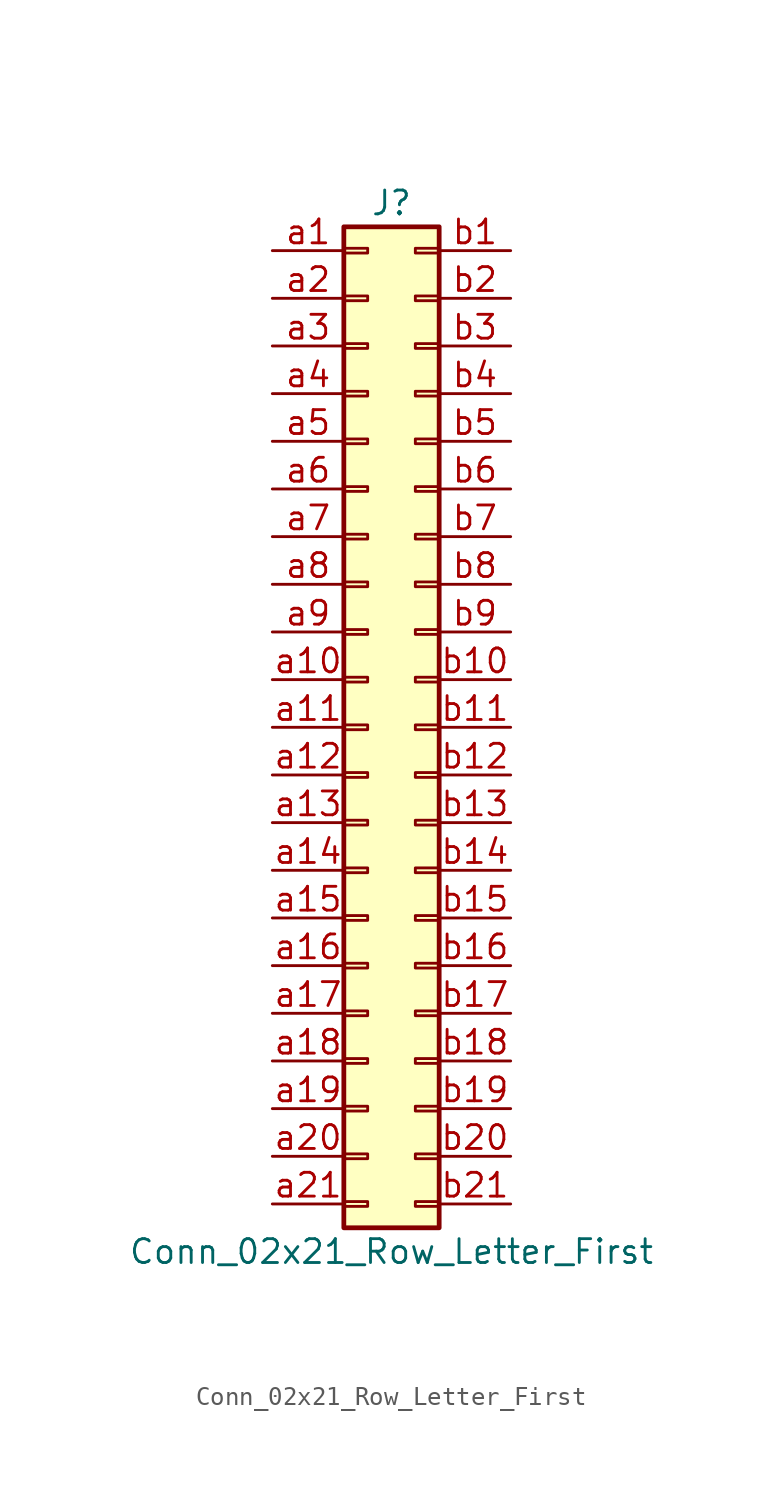
<source format=kicad_sym>
(kicad_symbol_lib
  (version 20220914)
  (generator kicad_symbol_editor)
  (symbol "Conn_02x21_Row_Letter_First"
    (pin_names
      (offset 1.016) hide)
    (property "Reference" "J"
      (at 1.27 27.94 0)
      (effects (font (size 1.27 1.27))))
    (property "Value" "Conn_02x21_Row_Letter_First"
      (at 1.27 -27.94 0)
      (effects (font (size 1.27 1.27))))
    (symbol "Conn_02x21_Row_Letter_First_1_1"
      (rectangle (start -1.27 -25.273) (end 0 -25.527) (stroke (width 0.152) (type solid)) (fill (type none)))
      (rectangle (start -1.27 -22.733) (end 0 -22.987) (stroke (width 0.152) (type solid)) (fill (type none)))
      (rectangle (start -1.27 -20.193) (end 0 -20.447) (stroke (width 0.152) (type solid)) (fill (type none)))
      (rectangle (start -1.27 -17.653) (end 0 -17.907) (stroke (width 0.152) (type solid)) (fill (type none)))
      (rectangle (start -1.27 -15.113) (end 0 -15.367) (stroke (width 0.152) (type solid)) (fill (type none)))
      (rectangle (start -1.27 -12.573) (end 0 -12.827) (stroke (width 0.152) (type solid)) (fill (type none)))
      (rectangle (start -1.27 -10.033) (end 0 -10.287) (stroke (width 0.152) (type solid)) (fill (type none)))
      (rectangle (start -1.27 -7.493) (end 0 -7.747) (stroke (width 0.152) (type solid)) (fill (type none)))
      (rectangle (start -1.27 -4.953) (end 0 -5.207) (stroke (width 0.152) (type solid)) (fill (type none)))
      (rectangle (start -1.27 -2.413) (end 0 -2.667) (stroke (width 0.152) (type solid)) (fill (type none)))
      (rectangle (start -1.27 0.127) (end 0 -0.127) (stroke (width 0.152) (type solid)) (fill (type none)))
      (rectangle (start -1.27 2.667) (end 0 2.413) (stroke (width 0.152) (type solid)) (fill (type none)))
      (rectangle (start -1.27 5.207) (end 0 4.953) (stroke (width 0.152) (type solid)) (fill (type none)))
      (rectangle (start -1.27 7.747) (end 0 7.493) (stroke (width 0.152) (type solid)) (fill (type none)))
      (rectangle (start -1.27 10.287) (end 0 10.033) (stroke (width 0.152) (type solid)) (fill (type none)))
      (rectangle (start -1.27 12.827) (end 0 12.573) (stroke (width 0.152) (type solid)) (fill (type none)))
      (rectangle (start -1.27 15.367) (end 0 15.113) (stroke (width 0.152) (type solid)) (fill (type none)))
      (rectangle (start -1.27 17.907) (end 0 17.653) (stroke (width 0.152) (type solid)) (fill (type none)))
      (rectangle (start -1.27 20.447) (end 0 20.193) (stroke (width 0.152) (type solid)) (fill (type none)))
      (rectangle (start -1.27 22.987) (end 0 22.733) (stroke (width 0.152) (type solid)) (fill (type none)))
      (rectangle (start -1.27 25.527) (end 0 25.273) (stroke (width 0.152) (type solid)) (fill (type none)))
      (rectangle (start -1.27 26.67) (end 3.81 -26.67) (stroke (width 0.254) (type solid)) (fill (type background)))
      (rectangle (start 3.81 -25.273) (end 2.54 -25.527) (stroke (width 0.152) (type solid)) (fill (type none)))
      (rectangle (start 3.81 -22.733) (end 2.54 -22.987) (stroke (width 0.152) (type solid)) (fill (type none)))
      (rectangle (start 3.81 -20.193) (end 2.54 -20.447) (stroke (width 0.152) (type solid)) (fill (type none)))
      (rectangle (start 3.81 -17.653) (end 2.54 -17.907) (stroke (width 0.152) (type solid)) (fill (type none)))
      (rectangle (start 3.81 -15.113) (end 2.54 -15.367) (stroke (width 0.152) (type solid)) (fill (type none)))
      (rectangle (start 3.81 -12.573) (end 2.54 -12.827) (stroke (width 0.152) (type solid)) (fill (type none)))
      (rectangle (start 3.81 -10.033) (end 2.54 -10.287) (stroke (width 0.152) (type solid)) (fill (type none)))
      (rectangle (start 3.81 -7.493) (end 2.54 -7.747) (stroke (width 0.152) (type solid)) (fill (type none)))
      (rectangle (start 3.81 -4.953) (end 2.54 -5.207) (stroke (width 0.152) (type solid)) (fill (type none)))
      (rectangle (start 3.81 -2.413) (end 2.54 -2.667) (stroke (width 0.152) (type solid)) (fill (type none)))
      (rectangle (start 3.81 0.127) (end 2.54 -0.127) (stroke (width 0.152) (type solid)) (fill (type none)))
      (rectangle (start 3.81 2.667) (end 2.54 2.413) (stroke (width 0.152) (type solid)) (fill (type none)))
      (rectangle (start 3.81 5.207) (end 2.54 4.953) (stroke (width 0.152) (type solid)) (fill (type none)))
      (rectangle (start 3.81 7.747) (end 2.54 7.493) (stroke (width 0.152) (type solid)) (fill (type none)))
      (rectangle (start 3.81 10.287) (end 2.54 10.033) (stroke (width 0.152) (type solid)) (fill (type none)))
      (rectangle (start 3.81 12.827) (end 2.54 12.573) (stroke (width 0.152) (type solid)) (fill (type none)))
      (rectangle (start 3.81 15.367) (end 2.54 15.113) (stroke (width 0.152) (type solid)) (fill (type none)))
      (rectangle (start 3.81 17.907) (end 2.54 17.653) (stroke (width 0.152) (type solid)) (fill (type none)))
      (rectangle (start 3.81 20.447) (end 2.54 20.193) (stroke (width 0.152) (type solid)) (fill (type none)))
      (rectangle (start 3.81 22.987) (end 2.54 22.733) (stroke (width 0.152) (type solid)) (fill (type none)))
      (rectangle (start 3.81 25.527) (end 2.54 25.273) (stroke (width 0.152) (type solid)) (fill (type none)))
      (pin passive line (at -5.08 25.4 0) (length 3.81) (name "Pin_a1" (effects (font (size 1.27 1.27)))) (number "a1" (effects (font (size 1.27 1.27)))))
      (pin passive line (at -5.08 2.54 0) (length 3.81) (name "Pin_a10" (effects (font (size 1.27 1.27)))) (number "a10" (effects (font (size 1.27 1.27)))))
      (pin passive line (at -5.08 0 0) (length 3.81) (name "Pin_a11" (effects (font (size 1.27 1.27)))) (number "a11" (effects (font (size 1.27 1.27)))))
      (pin passive line (at -5.08 -2.54 0) (length 3.81) (name "Pin_a12" (effects (font (size 1.27 1.27)))) (number "a12" (effects (font (size 1.27 1.27)))))
      (pin passive line (at -5.08 -5.08 0) (length 3.81) (name "Pin_a13" (effects (font (size 1.27 1.27)))) (number "a13" (effects (font (size 1.27 1.27)))))
      (pin passive line (at -5.08 -7.62 0) (length 3.81) (name "Pin_a14" (effects (font (size 1.27 1.27)))) (number "a14" (effects (font (size 1.27 1.27)))))
      (pin passive line (at -5.08 -10.16 0) (length 3.81) (name "Pin_a15" (effects (font (size 1.27 1.27)))) (number "a15" (effects (font (size 1.27 1.27)))))
      (pin passive line (at -5.08 -12.7 0) (length 3.81) (name "Pin_a16" (effects (font (size 1.27 1.27)))) (number "a16" (effects (font (size 1.27 1.27)))))
      (pin passive line (at -5.08 -15.24 0) (length 3.81) (name "Pin_a17" (effects (font (size 1.27 1.27)))) (number "a17" (effects (font (size 1.27 1.27)))))
      (pin passive line (at -5.08 -17.78 0) (length 3.81) (name "Pin_a18" (effects (font (size 1.27 1.27)))) (number "a18" (effects (font (size 1.27 1.27)))))
      (pin passive line (at -5.08 -20.32 0) (length 3.81) (name "Pin_a19" (effects (font (size 1.27 1.27)))) (number "a19" (effects (font (size 1.27 1.27)))))
      (pin passive line (at -5.08 22.86 0) (length 3.81) (name "Pin_a2" (effects (font (size 1.27 1.27)))) (number "a2" (effects (font (size 1.27 1.27)))))
      (pin passive line (at -5.08 -22.86 0) (length 3.81) (name "Pin_a20" (effects (font (size 1.27 1.27)))) (number "a20" (effects (font (size 1.27 1.27)))))
      (pin passive line (at -5.08 -25.4 0) (length 3.81) (name "Pin_a21" (effects (font (size 1.27 1.27)))) (number "a21" (effects (font (size 1.27 1.27)))))
      (pin passive line (at -5.08 20.32 0) (length 3.81) (name "Pin_a3" (effects (font (size 1.27 1.27)))) (number "a3" (effects (font (size 1.27 1.27)))))
      (pin passive line (at -5.08 17.78 0) (length 3.81) (name "Pin_a4" (effects (font (size 1.27 1.27)))) (number "a4" (effects (font (size 1.27 1.27)))))
      (pin passive line (at -5.08 15.24 0) (length 3.81) (name "Pin_a5" (effects (font (size 1.27 1.27)))) (number "a5" (effects (font (size 1.27 1.27)))))
      (pin passive line (at -5.08 12.7 0) (length 3.81) (name "Pin_a6" (effects (font (size 1.27 1.27)))) (number "a6" (effects (font (size 1.27 1.27)))))
      (pin passive line (at -5.08 10.16 0) (length 3.81) (name "Pin_a7" (effects (font (size 1.27 1.27)))) (number "a7" (effects (font (size 1.27 1.27)))))
      (pin passive line (at -5.08 7.62 0) (length 3.81) (name "Pin_a8" (effects (font (size 1.27 1.27)))) (number "a8" (effects (font (size 1.27 1.27)))))
      (pin passive line (at -5.08 5.08 0) (length 3.81) (name "Pin_a9" (effects (font (size 1.27 1.27)))) (number "a9" (effects (font (size 1.27 1.27)))))
      (pin passive line (at 7.62 25.4 180) (length 3.81) (name "Pin_b1" (effects (font (size 1.27 1.27)))) (number "b1" (effects (font (size 1.27 1.27)))))
      (pin passive line (at 7.62 2.54 180) (length 3.81) (name "Pin_b10" (effects (font (size 1.27 1.27)))) (number "b10" (effects (font (size 1.27 1.27)))))
      (pin passive line (at 7.62 0 180) (length 3.81) (name "Pin_b11" (effects (font (size 1.27 1.27)))) (number "b11" (effects (font (size 1.27 1.27)))))
      (pin passive line (at 7.62 -2.54 180) (length 3.81) (name "Pin_b12" (effects (font (size 1.27 1.27)))) (number "b12" (effects (font (size 1.27 1.27)))))
      (pin passive line (at 7.62 -5.08 180) (length 3.81) (name "Pin_b13" (effects (font (size 1.27 1.27)))) (number "b13" (effects (font (size 1.27 1.27)))))
      (pin passive line (at 7.62 -7.62 180) (length 3.81) (name "Pin_b14" (effects (font (size 1.27 1.27)))) (number "b14" (effects (font (size 1.27 1.27)))))
      (pin passive line (at 7.62 -10.16 180) (length 3.81) (name "Pin_b15" (effects (font (size 1.27 1.27)))) (number "b15" (effects (font (size 1.27 1.27)))))
      (pin passive line (at 7.62 -12.7 180) (length 3.81) (name "Pin_b16" (effects (font (size 1.27 1.27)))) (number "b16" (effects (font (size 1.27 1.27)))))
      (pin passive line (at 7.62 -15.24 180) (length 3.81) (name "Pin_b17" (effects (font (size 1.27 1.27)))) (number "b17" (effects (font (size 1.27 1.27)))))
      (pin passive line (at 7.62 -17.78 180) (length 3.81) (name "Pin_b18" (effects (font (size 1.27 1.27)))) (number "b18" (effects (font (size 1.27 1.27)))))
      (pin passive line (at 7.62 -20.32 180) (length 3.81) (name "Pin_b19" (effects (font (size 1.27 1.27)))) (number "b19" (effects (font (size 1.27 1.27)))))
      (pin passive line (at 7.62 22.86 180) (length 3.81) (name "Pin_b2" (effects (font (size 1.27 1.27)))) (number "b2" (effects (font (size 1.27 1.27)))))
      (pin passive line (at 7.62 -22.86 180) (length 3.81) (name "Pin_b20" (effects (font (size 1.27 1.27)))) (number "b20" (effects (font (size 1.27 1.27)))))
      (pin passive line (at 7.62 -25.4 180) (length 3.81) (name "Pin_b21" (effects (font (size 1.27 1.27)))) (number "b21" (effects (font (size 1.27 1.27)))))
      (pin passive line (at 7.62 20.32 180) (length 3.81) (name "Pin_b3" (effects (font (size 1.27 1.27)))) (number "b3" (effects (font (size 1.27 1.27)))))
      (pin passive line (at 7.62 17.78 180) (length 3.81) (name "Pin_b4" (effects (font (size 1.27 1.27)))) (number "b4" (effects (font (size 1.27 1.27)))))
      (pin passive line (at 7.62 15.24 180) (length 3.81) (name "Pin_b5" (effects (font (size 1.27 1.27)))) (number "b5" (effects (font (size 1.27 1.27)))))
      (pin passive line (at 7.62 12.7 180) (length 3.81) (name "Pin_b6" (effects (font (size 1.27 1.27)))) (number "b6" (effects (font (size 1.27 1.27)))))
      (pin passive line (at 7.62 10.16 180) (length 3.81) (name "Pin_b7" (effects (font (size 1.27 1.27)))) (number "b7" (effects (font (size 1.27 1.27)))))
      (pin passive line (at 7.62 7.62 180) (length 3.81) (name "Pin_b8" (effects (font (size 1.27 1.27)))) (number "b8" (effects (font (size 1.27 1.27)))))
      (pin passive line (at 7.62 5.08 180) (length 3.81) (name "Pin_b9" (effects (font (size 1.27 1.27)))) (number "b9" (effects (font (size 1.27 1.27))))))))
</source>
